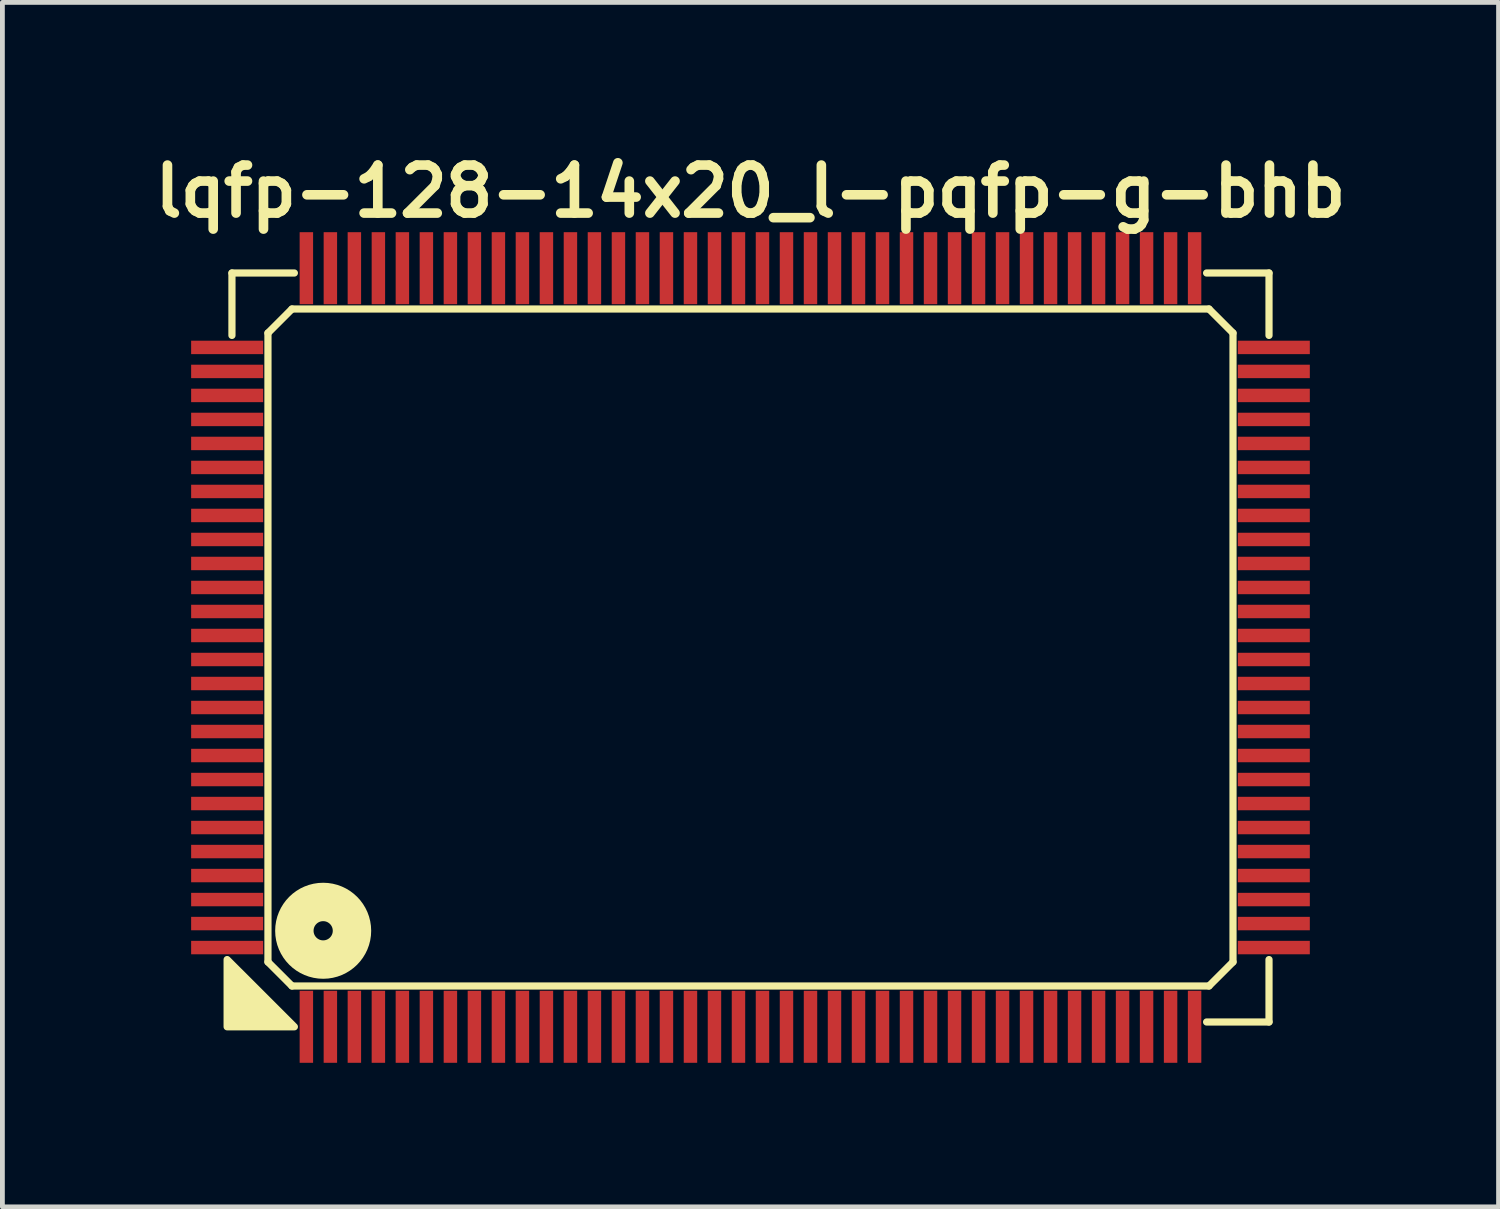
<source format=kicad_pcb>
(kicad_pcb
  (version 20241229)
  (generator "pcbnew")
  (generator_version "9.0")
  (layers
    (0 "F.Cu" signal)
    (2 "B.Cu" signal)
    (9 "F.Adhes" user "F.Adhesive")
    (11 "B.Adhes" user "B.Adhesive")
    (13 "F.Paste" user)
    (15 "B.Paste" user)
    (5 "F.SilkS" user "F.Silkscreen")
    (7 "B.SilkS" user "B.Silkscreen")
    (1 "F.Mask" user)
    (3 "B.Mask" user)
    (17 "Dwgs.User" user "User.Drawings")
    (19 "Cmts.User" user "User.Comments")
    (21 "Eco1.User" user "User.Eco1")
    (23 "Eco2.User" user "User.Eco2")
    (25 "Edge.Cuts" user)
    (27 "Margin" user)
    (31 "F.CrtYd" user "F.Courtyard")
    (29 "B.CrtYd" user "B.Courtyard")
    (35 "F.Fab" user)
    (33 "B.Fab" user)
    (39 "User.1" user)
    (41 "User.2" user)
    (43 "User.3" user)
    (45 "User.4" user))
  (footprint "lqfp-128-14x20_l-pqfp-g-bhb"
    (layer "F.Cu")
    (at 12.581 10.436)
    (property "Reference" "lqfp-128-14x20_l-pqfp-g-bhb" (at 0 -9.5 0) (layer "F.SilkS") (effects (font (size 1 1) (thickness 0.2))))
    (attr smd)
    (fp_line (start -10.8 -7.8) (end -9.5 -7.8) (stroke (width 0.15) (type solid)) (layer "F.SilkS"))
    (fp_line (start -10.8 -6.5) (end -10.8 -7.8) (stroke (width 0.15) (type solid)) (layer "F.SilkS"))
    (fp_line (start -10.05 -6.55) (end -9.55 -7.05) (stroke (width 0.15) (type solid)) (layer "F.SilkS"))
    (fp_line (start -10.05 6.55) (end -10.05 -6.55) (stroke (width 0.15) (type solid)) (layer "F.SilkS"))
    (fp_line (start -9.55 -7.05) (end 9.55 -7.05) (stroke (width 0.15) (type solid)) (layer "F.SilkS"))
    (fp_line (start -9.55 7.05) (end -10.05 6.55) (stroke (width 0.15) (type solid)) (layer "F.SilkS"))
    (fp_line (start 9.5 -7.8) (end 10.8 -7.8) (stroke (width 0.15) (type solid)) (layer "F.SilkS"))
    (fp_line (start 9.55 -7.05) (end 10.05 -6.55) (stroke (width 0.15) (type solid)) (layer "F.SilkS"))
    (fp_line (start 9.55 7.05) (end -9.55 7.05) (stroke (width 0.15) (type solid)) (layer "F.SilkS"))
    (fp_line (start 10.05 -6.55) (end 10.05 6.55) (stroke (width 0.15) (type solid)) (layer "F.SilkS"))
    (fp_line (start 10.05 6.55) (end 9.55 7.05) (stroke (width 0.15) (type solid)) (layer "F.SilkS"))
    (fp_line (start 10.8 -7.8) (end 10.8 -6.5) (stroke (width 0.15) (type solid)) (layer "F.SilkS"))
    (fp_line (start 10.8 6.5) (end 10.8 7.8) (stroke (width 0.15) (type solid)) (layer "F.SilkS"))
    (fp_line (start 10.8 7.8) (end 9.5 7.8) (stroke (width 0.15) (type solid)) (layer "F.SilkS"))
    (fp_circle (center -8.9 5.9) (end -8.7 5.9) (stroke (width 0.8) (type solid)) (fill no) (layer "F.SilkS"))
    (fp_poly (pts (xy -9.5 7.9) (xy -10.9 7.9) (xy -10.9 6.5)) (stroke (width 0.15) (type solid)) (fill yes) (layer "F.SilkS"))
    (pad "1" smd rect (at -9.25 7.9) (size 0.28 1.5) (layers "F.Cu" "F.Mask" "F.Paste"))
    (pad "2" smd rect (at -8.75 7.9) (size 0.28 1.5) (layers "F.Cu" "F.Mask" "F.Paste"))
    (pad "3" smd rect (at -8.25 7.9) (size 0.28 1.5) (layers "F.Cu" "F.Mask" "F.Paste"))
    (pad "4" smd rect (at -7.75 7.9) (size 0.28 1.5) (layers "F.Cu" "F.Mask" "F.Paste"))
    (pad "5" smd rect (at -7.25 7.9) (size 0.28 1.5) (layers "F.Cu" "F.Mask" "F.Paste"))
    (pad "6" smd rect (at -6.75 7.9) (size 0.28 1.5) (layers "F.Cu" "F.Mask" "F.Paste"))
    (pad "7" smd rect (at -6.25 7.9) (size 0.28 1.5) (layers "F.Cu" "F.Mask" "F.Paste"))
    (pad "8" smd rect (at -5.75 7.9) (size 0.28 1.5) (layers "F.Cu" "F.Mask" "F.Paste"))
    (pad "9" smd rect (at -5.25 7.9) (size 0.28 1.5) (layers "F.Cu" "F.Mask" "F.Paste"))
    (pad "10" smd rect (at -4.75 7.9) (size 0.28 1.5) (layers "F.Cu" "F.Mask" "F.Paste"))
    (pad "11" smd rect (at -4.25 7.9) (size 0.28 1.5) (layers "F.Cu" "F.Mask" "F.Paste"))
    (pad "12" smd rect (at -3.75 7.9) (size 0.28 1.5) (layers "F.Cu" "F.Mask" "F.Paste"))
    (pad "13" smd rect (at -3.25 7.9) (size 0.28 1.5) (layers "F.Cu" "F.Mask" "F.Paste"))
    (pad "14" smd rect (at -2.75 7.9) (size 0.28 1.5) (layers "F.Cu" "F.Mask" "F.Paste"))
    (pad "15" smd rect (at -2.25 7.9) (size 0.28 1.5) (layers "F.Cu" "F.Mask" "F.Paste"))
    (pad "16" smd rect (at -1.75 7.9) (size 0.28 1.5) (layers "F.Cu" "F.Mask" "F.Paste"))
    (pad "17" smd rect (at -1.25 7.9) (size 0.28 1.5) (layers "F.Cu" "F.Mask" "F.Paste"))
    (pad "18" smd rect (at -0.75 7.9) (size 0.28 1.5) (layers "F.Cu" "F.Mask" "F.Paste"))
    (pad "19" smd rect (at -0.25 7.9) (size 0.28 1.5) (layers "F.Cu" "F.Mask" "F.Paste"))
    (pad "20" smd rect (at 0.25 7.9) (size 0.28 1.5) (layers "F.Cu" "F.Mask" "F.Paste"))
    (pad "21" smd rect (at 0.75 7.9) (size 0.28 1.5) (layers "F.Cu" "F.Mask" "F.Paste"))
    (pad "22" smd rect (at 1.25 7.9) (size 0.28 1.5) (layers "F.Cu" "F.Mask" "F.Paste"))
    (pad "23" smd rect (at 1.75 7.9) (size 0.28 1.5) (layers "F.Cu" "F.Mask" "F.Paste"))
    (pad "24" smd rect (at 2.25 7.9) (size 0.28 1.5) (layers "F.Cu" "F.Mask" "F.Paste"))
    (pad "25" smd rect (at 2.75 7.9) (size 0.28 1.5) (layers "F.Cu" "F.Mask" "F.Paste"))
    (pad "26" smd rect (at 3.25 7.9) (size 0.28 1.5) (layers "F.Cu" "F.Mask" "F.Paste"))
    (pad "27" smd rect (at 3.75 7.9) (size 0.28 1.5) (layers "F.Cu" "F.Mask" "F.Paste"))
    (pad "28" smd rect (at 4.25 7.9) (size 0.28 1.5) (layers "F.Cu" "F.Mask" "F.Paste"))
    (pad "29" smd rect (at 4.75 7.9) (size 0.28 1.5) (layers "F.Cu" "F.Mask" "F.Paste"))
    (pad "30" smd rect (at 5.25 7.9) (size 0.28 1.5) (layers "F.Cu" "F.Mask" "F.Paste"))
    (pad "31" smd rect (at 5.75 7.9) (size 0.28 1.5) (layers "F.Cu" "F.Mask" "F.Paste"))
    (pad "32" smd rect (at 6.25 7.9) (size 0.28 1.5) (layers "F.Cu" "F.Mask" "F.Paste"))
    (pad "33" smd rect (at 6.75 7.9) (size 0.28 1.5) (layers "F.Cu" "F.Mask" "F.Paste"))
    (pad "34" smd rect (at 7.25 7.9) (size 0.28 1.5) (layers "F.Cu" "F.Mask" "F.Paste"))
    (pad "35" smd rect (at 7.75 7.9) (size 0.28 1.5) (layers "F.Cu" "F.Mask" "F.Paste"))
    (pad "36" smd rect (at 8.25 7.9) (size 0.28 1.5) (layers "F.Cu" "F.Mask" "F.Paste"))
    (pad "37" smd rect (at 8.75 7.9) (size 0.28 1.5) (layers "F.Cu" "F.Mask" "F.Paste"))
    (pad "38" smd rect (at 9.25 7.9) (size 0.28 1.5) (layers "F.Cu" "F.Mask" "F.Paste"))
    (pad "39" smd rect (at 10.9 6.25) (size 1.5 0.28) (layers "F.Cu" "F.Mask" "F.Paste"))
    (pad "40" smd rect (at 10.9 5.75) (size 1.5 0.28) (layers "F.Cu" "F.Mask" "F.Paste"))
    (pad "41" smd rect (at 10.9 5.25) (size 1.5 0.28) (layers "F.Cu" "F.Mask" "F.Paste"))
    (pad "42" smd rect (at 10.9 4.75) (size 1.5 0.28) (layers "F.Cu" "F.Mask" "F.Paste"))
    (pad "43" smd rect (at 10.9 4.25) (size 1.5 0.28) (layers "F.Cu" "F.Mask" "F.Paste"))
    (pad "44" smd rect (at 10.9 3.75) (size 1.5 0.28) (layers "F.Cu" "F.Mask" "F.Paste"))
    (pad "45" smd rect (at 10.9 3.25) (size 1.5 0.28) (layers "F.Cu" "F.Mask" "F.Paste"))
    (pad "46" smd rect (at 10.9 2.75) (size 1.5 0.28) (layers "F.Cu" "F.Mask" "F.Paste"))
    (pad "47" smd rect (at 10.9 2.25) (size 1.5 0.28) (layers "F.Cu" "F.Mask" "F.Paste"))
    (pad "48" smd rect (at 10.9 1.75) (size 1.5 0.28) (layers "F.Cu" "F.Mask" "F.Paste"))
    (pad "49" smd rect (at 10.9 1.25) (size 1.5 0.28) (layers "F.Cu" "F.Mask" "F.Paste"))
    (pad "50" smd rect (at 10.9 0.75) (size 1.5 0.28) (layers "F.Cu" "F.Mask" "F.Paste"))
    (pad "51" smd rect (at 10.9 0.25) (size 1.5 0.28) (layers "F.Cu" "F.Mask" "F.Paste"))
    (pad "52" smd rect (at 10.9 -0.25) (size 1.5 0.28) (layers "F.Cu" "F.Mask" "F.Paste"))
    (pad "53" smd rect (at 10.9 -0.75) (size 1.5 0.28) (layers "F.Cu" "F.Mask" "F.Paste"))
    (pad "54" smd rect (at 10.9 -1.25) (size 1.5 0.28) (layers "F.Cu" "F.Mask" "F.Paste"))
    (pad "55" smd rect (at 10.9 -1.75) (size 1.5 0.28) (layers "F.Cu" "F.Mask" "F.Paste"))
    (pad "56" smd rect (at 10.9 -2.25) (size 1.5 0.28) (layers "F.Cu" "F.Mask" "F.Paste"))
    (pad "57" smd rect (at 10.9 -2.75) (size 1.5 0.28) (layers "F.Cu" "F.Mask" "F.Paste"))
    (pad "58" smd rect (at 10.9 -3.25) (size 1.5 0.28) (layers "F.Cu" "F.Mask" "F.Paste"))
    (pad "59" smd rect (at 10.9 -3.75) (size 1.5 0.28) (layers "F.Cu" "F.Mask" "F.Paste"))
    (pad "60" smd rect (at 10.9 -4.25) (size 1.5 0.28) (layers "F.Cu" "F.Mask" "F.Paste"))
    (pad "61" smd rect (at 10.9 -4.75) (size 1.5 0.28) (layers "F.Cu" "F.Mask" "F.Paste"))
    (pad "62" smd rect (at 10.9 -5.25) (size 1.5 0.28) (layers "F.Cu" "F.Mask" "F.Paste"))
    (pad "63" smd rect (at 10.9 -5.75) (size 1.5 0.28) (layers "F.Cu" "F.Mask" "F.Paste"))
    (pad "64" smd rect (at 10.9 -6.25) (size 1.5 0.28) (layers "F.Cu" "F.Mask" "F.Paste"))
    (pad "65" smd rect (at 9.25 -7.9) (size 0.28 1.5) (layers "F.Cu" "F.Mask" "F.Paste"))
    (pad "66" smd rect (at 8.75 -7.9) (size 0.28 1.5) (layers "F.Cu" "F.Mask" "F.Paste"))
    (pad "67" smd rect (at 8.25 -7.9) (size 0.28 1.5) (layers "F.Cu" "F.Mask" "F.Paste"))
    (pad "68" smd rect (at 7.75 -7.9) (size 0.28 1.5) (layers "F.Cu" "F.Mask" "F.Paste"))
    (pad "69" smd rect (at 7.25 -7.9) (size 0.28 1.5) (layers "F.Cu" "F.Mask" "F.Paste"))
    (pad "70" smd rect (at 6.75 -7.9) (size 0.28 1.5) (layers "F.Cu" "F.Mask" "F.Paste"))
    (pad "71" smd rect (at 6.25 -7.9) (size 0.28 1.5) (layers "F.Cu" "F.Mask" "F.Paste"))
    (pad "72" smd rect (at 5.75 -7.9) (size 0.28 1.5) (layers "F.Cu" "F.Mask" "F.Paste"))
    (pad "73" smd rect (at 5.25 -7.9) (size 0.28 1.5) (layers "F.Cu" "F.Mask" "F.Paste"))
    (pad "74" smd rect (at 4.75 -7.9) (size 0.28 1.5) (layers "F.Cu" "F.Mask" "F.Paste"))
    (pad "75" smd rect (at 4.25 -7.9) (size 0.28 1.5) (layers "F.Cu" "F.Mask" "F.Paste"))
    (pad "76" smd rect (at 3.75 -7.9) (size 0.28 1.5) (layers "F.Cu" "F.Mask" "F.Paste"))
    (pad "77" smd rect (at 3.25 -7.9) (size 0.28 1.5) (layers "F.Cu" "F.Mask" "F.Paste"))
    (pad "78" smd rect (at 2.75 -7.9) (size 0.28 1.5) (layers "F.Cu" "F.Mask" "F.Paste"))
    (pad "79" smd rect (at 2.25 -7.9) (size 0.28 1.5) (layers "F.Cu" "F.Mask" "F.Paste"))
    (pad "80" smd rect (at 1.75 -7.9) (size 0.28 1.5) (layers "F.Cu" "F.Mask" "F.Paste"))
    (pad "81" smd rect (at 1.25 -7.9) (size 0.28 1.5) (layers "F.Cu" "F.Mask" "F.Paste"))
    (pad "82" smd rect (at 0.75 -7.9) (size 0.28 1.5) (layers "F.Cu" "F.Mask" "F.Paste"))
    (pad "83" smd rect (at 0.25 -7.9) (size 0.28 1.5) (layers "F.Cu" "F.Mask" "F.Paste"))
    (pad "84" smd rect (at -0.25 -7.9) (size 0.28 1.5) (layers "F.Cu" "F.Mask" "F.Paste"))
    (pad "85" smd rect (at -0.75 -7.9) (size 0.28 1.5) (layers "F.Cu" "F.Mask" "F.Paste"))
    (pad "86" smd rect (at -1.25 -7.9) (size 0.28 1.5) (layers "F.Cu" "F.Mask" "F.Paste"))
    (pad "87" smd rect (at -1.75 -7.9) (size 0.28 1.5) (layers "F.Cu" "F.Mask" "F.Paste"))
    (pad "88" smd rect (at -2.25 -7.9) (size 0.28 1.5) (layers "F.Cu" "F.Mask" "F.Paste"))
    (pad "89" smd rect (at -2.75 -7.9) (size 0.28 1.5) (layers "F.Cu" "F.Mask" "F.Paste"))
    (pad "90" smd rect (at -3.25 -7.9) (size 0.28 1.5) (layers "F.Cu" "F.Mask" "F.Paste"))
    (pad "91" smd rect (at -3.75 -7.9) (size 0.28 1.5) (layers "F.Cu" "F.Mask" "F.Paste"))
    (pad "92" smd rect (at -4.25 -7.9) (size 0.28 1.5) (layers "F.Cu" "F.Mask" "F.Paste"))
    (pad "93" smd rect (at -4.75 -7.9) (size 0.28 1.5) (layers "F.Cu" "F.Mask" "F.Paste"))
    (pad "94" smd rect (at -5.25 -7.9) (size 0.28 1.5) (layers "F.Cu" "F.Mask" "F.Paste"))
    (pad "95" smd rect (at -5.75 -7.9) (size 0.28 1.5) (layers "F.Cu" "F.Mask" "F.Paste"))
    (pad "96" smd rect (at -6.25 -7.9) (size 0.28 1.5) (layers "F.Cu" "F.Mask" "F.Paste"))
    (pad "97" smd rect (at -6.75 -7.9) (size 0.28 1.5) (layers "F.Cu" "F.Mask" "F.Paste"))
    (pad "98" smd rect (at -7.25 -7.9) (size 0.28 1.5) (layers "F.Cu" "F.Mask" "F.Paste"))
    (pad "99" smd rect (at -7.75 -7.9) (size 0.28 1.5) (layers "F.Cu" "F.Mask" "F.Paste"))
    (pad "100" smd rect (at -8.25 -7.9) (size 0.28 1.5) (layers "F.Cu" "F.Mask" "F.Paste"))
    (pad "101" smd rect (at -8.75 -7.9) (size 0.28 1.5) (layers "F.Cu" "F.Mask" "F.Paste"))
    (pad "102" smd rect (at -9.25 -7.9) (size 0.28 1.5) (layers "F.Cu" "F.Mask" "F.Paste"))
    (pad "103" smd rect (at -10.9 -6.25) (size 1.5 0.28) (layers "F.Cu" "F.Mask" "F.Paste"))
    (pad "104" smd rect (at -10.9 -5.75) (size 1.5 0.28) (layers "F.Cu" "F.Mask" "F.Paste"))
    (pad "105" smd rect (at -10.9 -5.25) (size 1.5 0.28) (layers "F.Cu" "F.Mask" "F.Paste"))
    (pad "106" smd rect (at -10.9 -4.75) (size 1.5 0.28) (layers "F.Cu" "F.Mask" "F.Paste"))
    (pad "107" smd rect (at -10.9 -4.25) (size 1.5 0.28) (layers "F.Cu" "F.Mask" "F.Paste"))
    (pad "108" smd rect (at -10.9 -3.75) (size 1.5 0.28) (layers "F.Cu" "F.Mask" "F.Paste"))
    (pad "109" smd rect (at -10.9 -3.25) (size 1.5 0.28) (layers "F.Cu" "F.Mask" "F.Paste"))
    (pad "110" smd rect (at -10.9 -2.75) (size 1.5 0.28) (layers "F.Cu" "F.Mask" "F.Paste"))
    (pad "111" smd rect (at -10.9 -2.25) (size 1.5 0.28) (layers "F.Cu" "F.Mask" "F.Paste"))
    (pad "112" smd rect (at -10.9 -1.75) (size 1.5 0.28) (layers "F.Cu" "F.Mask" "F.Paste"))
    (pad "113" smd rect (at -10.9 -1.25) (size 1.5 0.28) (layers "F.Cu" "F.Mask" "F.Paste"))
    (pad "114" smd rect (at -10.9 -0.75) (size 1.5 0.28) (layers "F.Cu" "F.Mask" "F.Paste"))
    (pad "115" smd rect (at -10.9 -0.25) (size 1.5 0.28) (layers "F.Cu" "F.Mask" "F.Paste"))
    (pad "116" smd rect (at -10.9 0.25) (size 1.5 0.28) (layers "F.Cu" "F.Mask" "F.Paste"))
    (pad "117" smd rect (at -10.9 0.75) (size 1.5 0.28) (layers "F.Cu" "F.Mask" "F.Paste"))
    (pad "118" smd rect (at -10.9 1.25) (size 1.5 0.28) (layers "F.Cu" "F.Mask" "F.Paste"))
    (pad "119" smd rect (at -10.9 1.75) (size 1.5 0.28) (layers "F.Cu" "F.Mask" "F.Paste"))
    (pad "120" smd rect (at -10.9 2.25) (size 1.5 0.28) (layers "F.Cu" "F.Mask" "F.Paste"))
    (pad "121" smd rect (at -10.9 2.75) (size 1.5 0.28) (layers "F.Cu" "F.Mask" "F.Paste"))
    (pad "122" smd rect (at -10.9 3.25) (size 1.5 0.28) (layers "F.Cu" "F.Mask" "F.Paste"))
    (pad "123" smd rect (at -10.9 3.75) (size 1.5 0.28) (layers "F.Cu" "F.Mask" "F.Paste"))
    (pad "124" smd rect (at -10.9 4.25) (size 1.5 0.28) (layers "F.Cu" "F.Mask" "F.Paste"))
    (pad "125" smd rect (at -10.9 4.75) (size 1.5 0.28) (layers "F.Cu" "F.Mask" "F.Paste"))
    (pad "126" smd rect (at -10.9 5.25) (size 1.5 0.28) (layers "F.Cu" "F.Mask" "F.Paste"))
    (pad "127" smd rect (at -10.9 5.75) (size 1.5 0.28) (layers "F.Cu" "F.Mask" "F.Paste"))
    (pad "128" smd rect (at -10.9 6.25) (size 1.5 0.28) (layers "F.Cu" "F.Mask" "F.Paste")))
  (gr_rect
    (start -3 -3)
    (end 28.162 22.086)
    (stroke (width 0.1) (type default))
    (fill no)
    (layer "Edge.Cuts")))
</source>
